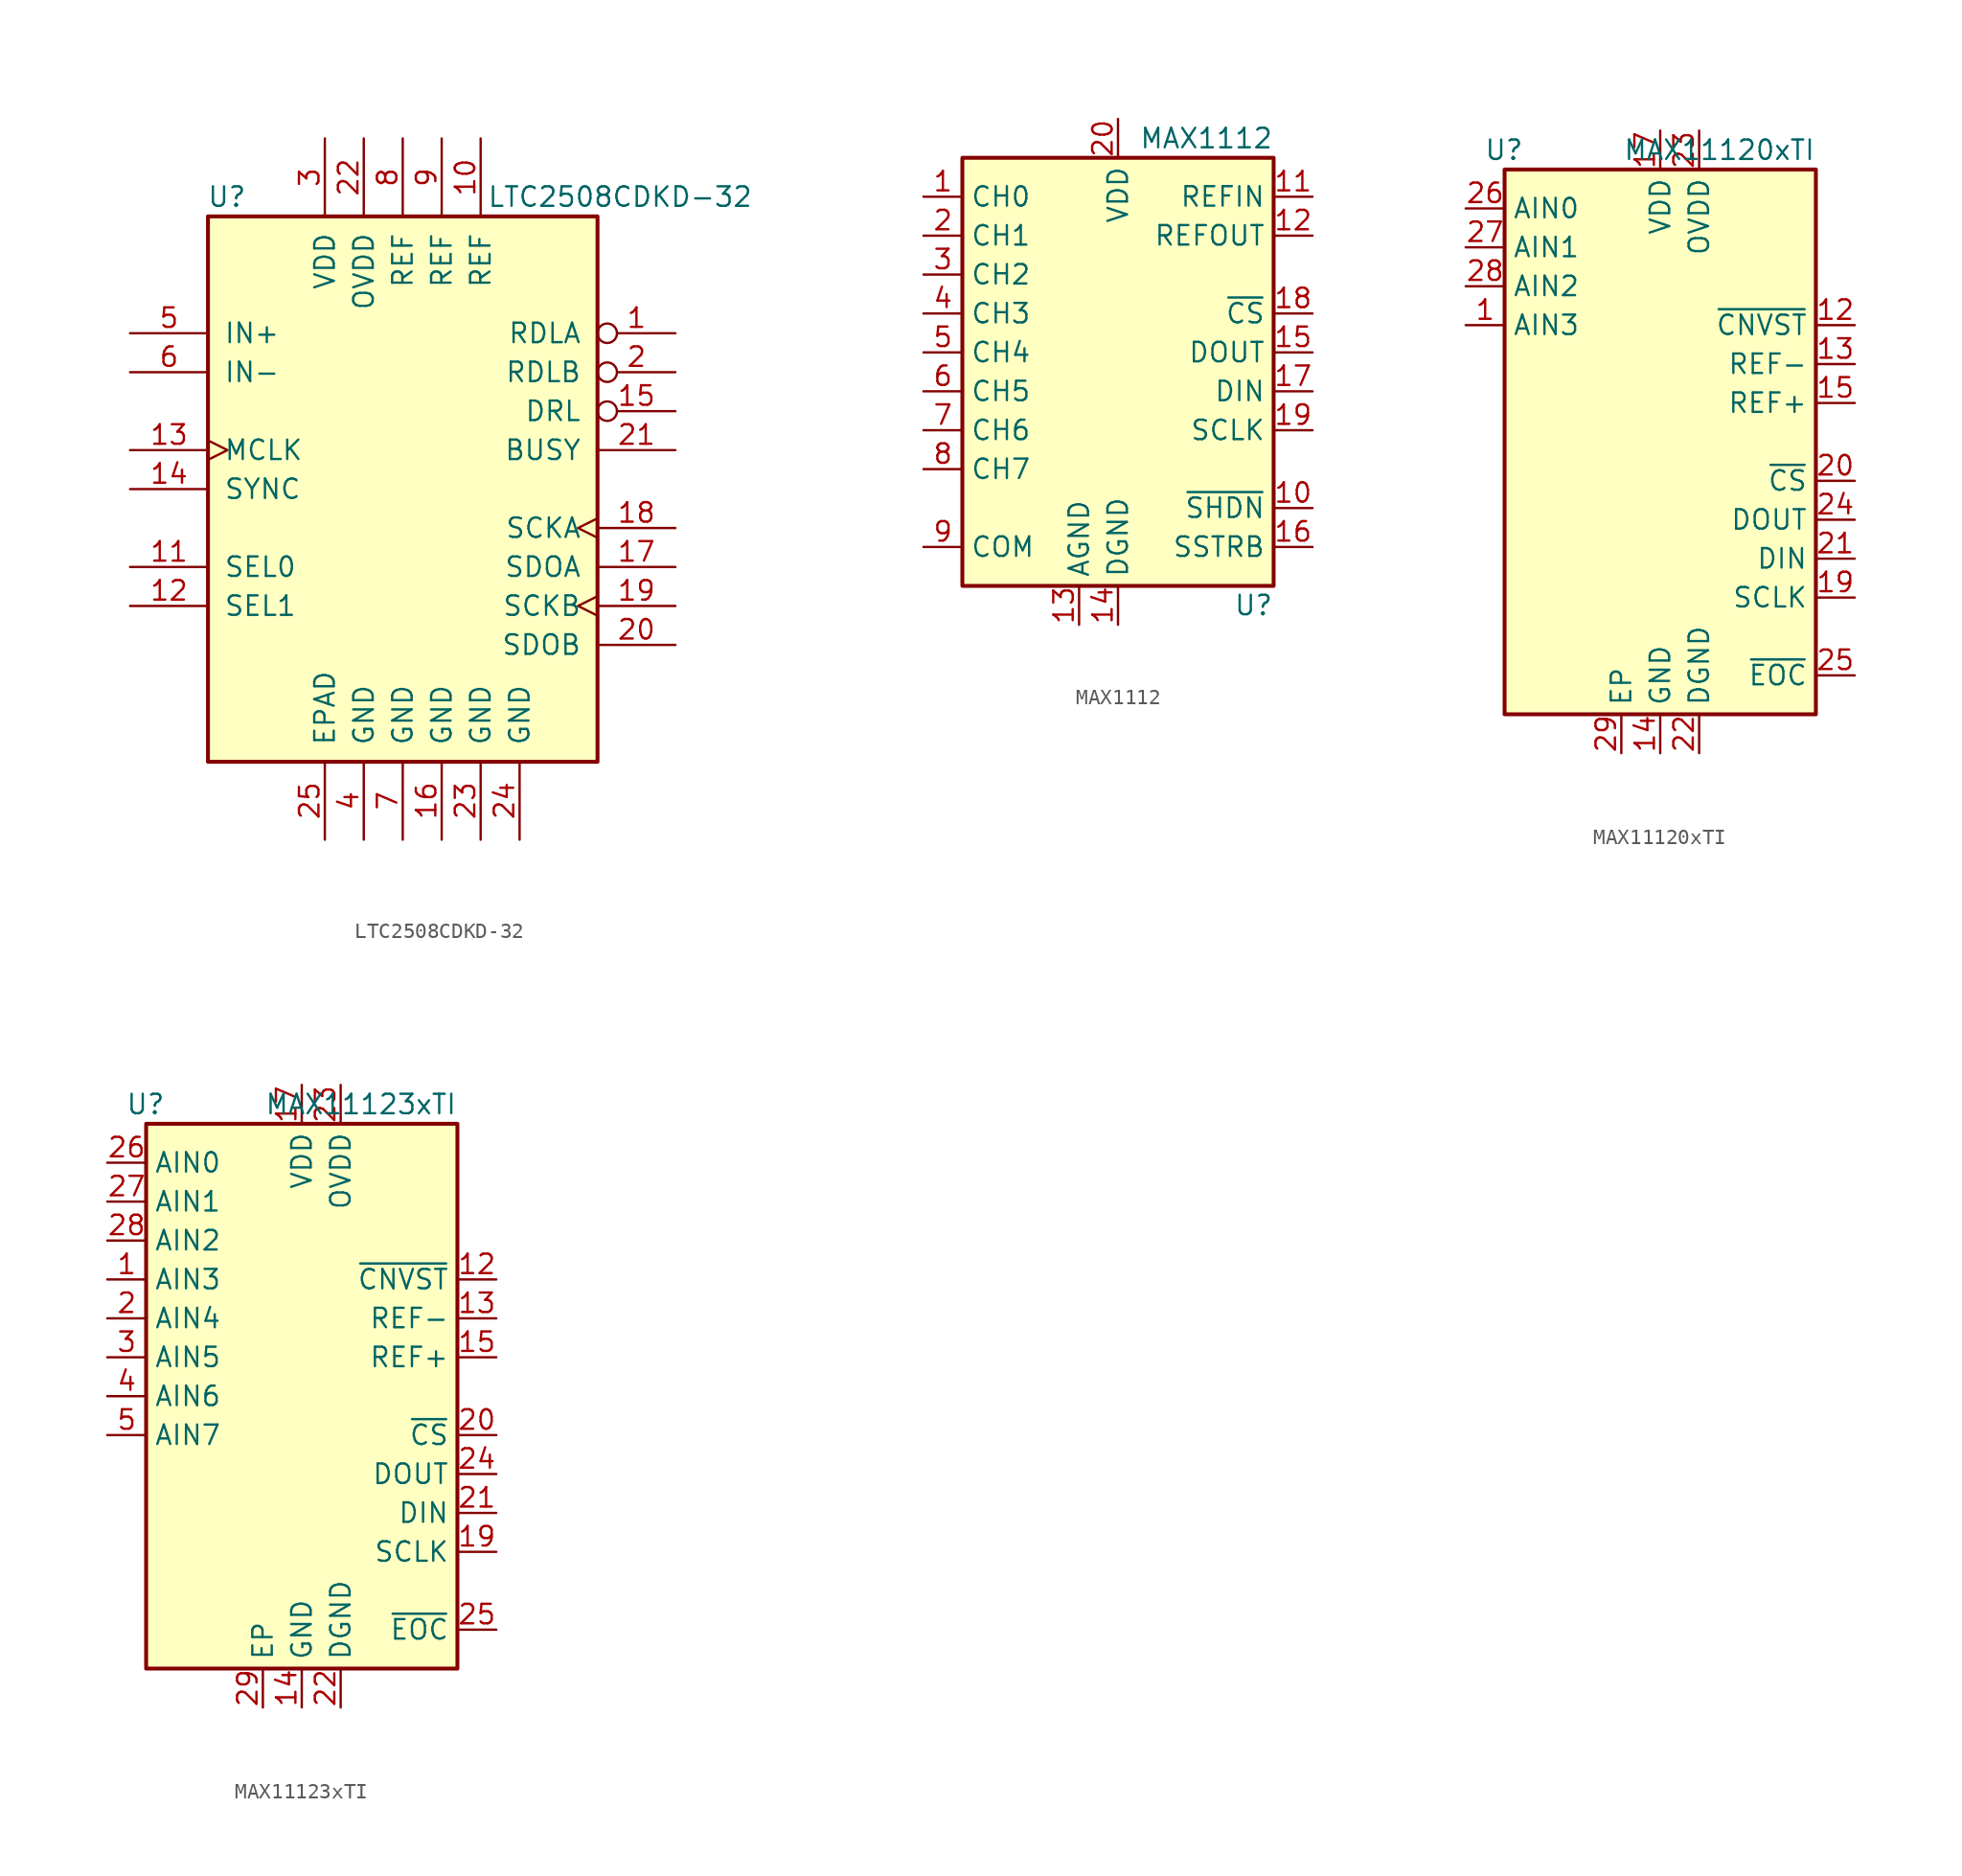
<source format=kicad_sym>
(kicad_symbol_lib
  (version 20220914)
  (generator kicad_symbol_editor)
  (symbol "LTC2508CDKD-32"
    (pin_names
      (offset 1.016))
    (property "Reference" "U"
      (at -10.16 19.05 0)
      (effects (font (size 1.27 1.27)) (justify right)))
    (property "Value" "LTC2508CDKD-32"
      (at 22.86 19.05 0)
      (effects (font (size 1.27 1.27)) (justify right)))
    (symbol "LTC2508CDKD-32_0_1"
      (rectangle (start -12.7 17.78) (end 12.7 -17.78) (stroke (width 0.254) (type default)) (fill (type background))))
    (symbol "LTC2508CDKD-32_1_1"
      (pin input inverted (at 17.78 10.16 180) (length 5.08) (name "RDLA" (effects (font (size 1.27 1.27)))) (number "1" (effects (font (size 1.27 1.27)))))
      (pin passive line (at 5.08 22.86 270) (length 5.08) (name "REF" (effects (font (size 1.27 1.27)))) (number "10" (effects (font (size 1.27 1.27)))))
      (pin input line (at -17.78 -5.08 0) (length 5.08) (name "SEL0" (effects (font (size 1.27 1.27)))) (number "11" (effects (font (size 1.27 1.27)))))
      (pin input line (at -17.78 -7.62 0) (length 5.08) (name "SEL1" (effects (font (size 1.27 1.27)))) (number "12" (effects (font (size 1.27 1.27)))))
      (pin input clock (at -17.78 2.54 0) (length 5.08) (name "MCLK" (effects (font (size 1.27 1.27)))) (number "13" (effects (font (size 1.27 1.27)))))
      (pin input line (at -17.78 0 0) (length 5.08) (name "SYNC" (effects (font (size 1.27 1.27)))) (number "14" (effects (font (size 1.27 1.27)))))
      (pin output inverted (at 17.78 5.08 180) (length 5.08) (name "DRL" (effects (font (size 1.27 1.27)))) (number "15" (effects (font (size 1.27 1.27)))))
      (pin power_in line (at 2.54 -22.86 90) (length 5.08) (name "GND" (effects (font (size 1.27 1.27)))) (number "16" (effects (font (size 1.27 1.27)))))
      (pin tri_state line (at 17.78 -5.08 180) (length 5.08) (name "SDOA" (effects (font (size 1.27 1.27)))) (number "17" (effects (font (size 1.27 1.27)))))
      (pin input clock (at 17.78 -2.54 180) (length 5.08) (name "SCKA" (effects (font (size 1.27 1.27)))) (number "18" (effects (font (size 1.27 1.27)))))
      (pin input clock (at 17.78 -7.62 180) (length 5.08) (name "SCKB" (effects (font (size 1.27 1.27)))) (number "19" (effects (font (size 1.27 1.27)))))
      (pin input inverted (at 17.78 7.62 180) (length 5.08) (name "RDLB" (effects (font (size 1.27 1.27)))) (number "2" (effects (font (size 1.27 1.27)))))
      (pin tri_state line (at 17.78 -10.16 180) (length 5.08) (name "SDOB" (effects (font (size 1.27 1.27)))) (number "20" (effects (font (size 1.27 1.27)))))
      (pin output line (at 17.78 2.54 180) (length 5.08) (name "BUSY" (effects (font (size 1.27 1.27)))) (number "21" (effects (font (size 1.27 1.27)))))
      (pin power_in line (at -2.54 22.86 270) (length 5.08) (name "OVDD" (effects (font (size 1.27 1.27)))) (number "22" (effects (font (size 1.27 1.27)))))
      (pin power_in line (at 5.08 -22.86 90) (length 5.08) (name "GND" (effects (font (size 1.27 1.27)))) (number "23" (effects (font (size 1.27 1.27)))))
      (pin power_in line (at 7.62 -22.86 90) (length 5.08) (name "GND" (effects (font (size 1.27 1.27)))) (number "24" (effects (font (size 1.27 1.27)))))
      (pin power_in line (at -5.08 -22.86 90) (length 5.08) (name "EPAD" (effects (font (size 1.27 1.27)))) (number "25" (effects (font (size 1.27 1.27)))))
      (pin power_in line (at -5.08 22.86 270) (length 5.08) (name "VDD" (effects (font (size 1.27 1.27)))) (number "3" (effects (font (size 1.27 1.27)))))
      (pin power_in line (at -2.54 -22.86 90) (length 5.08) (name "GND" (effects (font (size 1.27 1.27)))) (number "4" (effects (font (size 1.27 1.27)))))
      (pin input line (at -17.78 10.16 0) (length 5.08) (name "IN+" (effects (font (size 1.27 1.27)))) (number "5" (effects (font (size 1.27 1.27)))))
      (pin input line (at -17.78 7.62 0) (length 5.08) (name "IN-" (effects (font (size 1.27 1.27)))) (number "6" (effects (font (size 1.27 1.27)))))
      (pin power_in line (at 0 -22.86 90) (length 5.08) (name "GND" (effects (font (size 1.27 1.27)))) (number "7" (effects (font (size 1.27 1.27)))))
      (pin passive line (at 0 22.86 270) (length 5.08) (name "REF" (effects (font (size 1.27 1.27)))) (number "8" (effects (font (size 1.27 1.27)))))
      (pin passive line (at 2.54 22.86 270) (length 5.08) (name "REF" (effects (font (size 1.27 1.27)))) (number "9" (effects (font (size 1.27 1.27)))))))
  (symbol "MAX1112"
    (property "Reference" "U"
      (at 10.16 -13.97 0)
      (effects (font (size 1.27 1.27)) (justify right)))
    (property "Value" "MAX1112"
      (at 10.16 16.51 0)
      (effects (font (size 1.27 1.27)) (justify right)))
    (symbol "MAX1112_0_1"
      (rectangle (start 10.16 15.24) (end -10.16 -12.7) (stroke (width 0.254) (type default)) (fill (type background))))
    (symbol "MAX1112_1_1"
      (pin input line (at -12.7 12.7 0) (length 2.54) (name "CH0" (effects (font (size 1.27 1.27)))) (number "1" (effects (font (size 1.27 1.27)))))
      (pin input line (at 12.7 -7.62 180) (length 2.54) (name "~{SHDN}" (effects (font (size 1.27 1.27)))) (number "10" (effects (font (size 1.27 1.27)))))
      (pin power_in line (at 12.7 12.7 180) (length 2.54) (name "REFIN" (effects (font (size 1.27 1.27)))) (number "11" (effects (font (size 1.27 1.27)))))
      (pin power_out line (at 12.7 10.16 180) (length 2.54) (name "REFOUT" (effects (font (size 1.27 1.27)))) (number "12" (effects (font (size 1.27 1.27)))))
      (pin power_in line (at -2.54 -15.24 90) (length 2.54) (name "AGND" (effects (font (size 1.27 1.27)))) (number "13" (effects (font (size 1.27 1.27)))))
      (pin power_in line (at 0 -15.24 90) (length 2.54) (name "DGND" (effects (font (size 1.27 1.27)))) (number "14" (effects (font (size 1.27 1.27)))))
      (pin output line (at 12.7 2.54 180) (length 2.54) (name "DOUT" (effects (font (size 1.27 1.27)))) (number "15" (effects (font (size 1.27 1.27)))))
      (pin output line (at 12.7 -10.16 180) (length 2.54) (name "SSTRB" (effects (font (size 1.27 1.27)))) (number "16" (effects (font (size 1.27 1.27)))))
      (pin input line (at 12.7 0 180) (length 2.54) (name "DIN" (effects (font (size 1.27 1.27)))) (number "17" (effects (font (size 1.27 1.27)))))
      (pin input line (at 12.7 5.08 180) (length 2.54) (name "~{CS}" (effects (font (size 1.27 1.27)))) (number "18" (effects (font (size 1.27 1.27)))))
      (pin input line (at 12.7 -2.54 180) (length 2.54) (name "SCLK" (effects (font (size 1.27 1.27)))) (number "19" (effects (font (size 1.27 1.27)))))
      (pin input line (at -12.7 10.16 0) (length 2.54) (name "CH1" (effects (font (size 1.27 1.27)))) (number "2" (effects (font (size 1.27 1.27)))))
      (pin power_in line (at 0 17.78 270) (length 2.54) (name "VDD" (effects (font (size 1.27 1.27)))) (number "20" (effects (font (size 1.27 1.27)))))
      (pin input line (at -12.7 7.62 0) (length 2.54) (name "CH2" (effects (font (size 1.27 1.27)))) (number "3" (effects (font (size 1.27 1.27)))))
      (pin input line (at -12.7 5.08 0) (length 2.54) (name "CH3" (effects (font (size 1.27 1.27)))) (number "4" (effects (font (size 1.27 1.27)))))
      (pin input line (at -12.7 2.54 0) (length 2.54) (name "CH4" (effects (font (size 1.27 1.27)))) (number "5" (effects (font (size 1.27 1.27)))))
      (pin input line (at -12.7 0 0) (length 2.54) (name "CH5" (effects (font (size 1.27 1.27)))) (number "6" (effects (font (size 1.27 1.27)))))
      (pin input line (at -12.7 -2.54 0) (length 2.54) (name "CH6" (effects (font (size 1.27 1.27)))) (number "7" (effects (font (size 1.27 1.27)))))
      (pin input line (at -12.7 -5.08 0) (length 2.54) (name "CH7" (effects (font (size 1.27 1.27)))) (number "8" (effects (font (size 1.27 1.27)))))
      (pin power_in line (at -12.7 -10.16 0) (length 2.54) (name "COM" (effects (font (size 1.27 1.27)))) (number "9" (effects (font (size 1.27 1.27)))))))
  (symbol "MAX11120xTI"
    (property "Reference" "U"
      (at -8.89 19.05 0)
      (effects (font (size 1.27 1.27)) (justify right)))
    (property "Value" "MAX11120xTI"
      (at 10.16 19.05 0)
      (effects (font (size 1.27 1.27)) (justify right)))
    (symbol "MAX11120xTI_0_1"
      (rectangle (start 10.16 17.78) (end -10.16 -17.78) (stroke (width 0.254) (type default)) (fill (type background))))
    (symbol "MAX11120xTI_1_1"
      (pin input line (at -12.7 7.62 0) (length 2.54) (name "AIN3" (effects (font (size 1.27 1.27)))) (number "1" (effects (font (size 1.27 1.27)))))
      (pin passive line (at 0 -20.32 90) (length 2.54) hide (name "GND" (effects (font (size 1.27 1.27)))) (number "10" (effects (font (size 1.27 1.27)))))
      (pin passive line (at 0 -20.32 90) (length 2.54) hide (name "GND" (effects (font (size 1.27 1.27)))) (number "11" (effects (font (size 1.27 1.27)))))
      (pin input line (at 12.7 7.62 180) (length 2.54) (name "~{CNVST}" (effects (font (size 1.27 1.27)))) (number "12" (effects (font (size 1.27 1.27)))))
      (pin input line (at 12.7 5.08 180) (length 2.54) (name "REF-" (effects (font (size 1.27 1.27)))) (number "13" (effects (font (size 1.27 1.27)))))
      (pin power_in line (at 0 -20.32 90) (length 2.54) (name "GND" (effects (font (size 1.27 1.27)))) (number "14" (effects (font (size 1.27 1.27)))))
      (pin input line (at 12.7 2.54 180) (length 2.54) (name "REF+" (effects (font (size 1.27 1.27)))) (number "15" (effects (font (size 1.27 1.27)))))
      (pin passive line (at 0 -20.32 90) (length 2.54) hide (name "GND" (effects (font (size 1.27 1.27)))) (number "16" (effects (font (size 1.27 1.27)))))
      (pin power_in line (at 0 20.32 270) (length 2.54) (name "VDD" (effects (font (size 1.27 1.27)))) (number "17" (effects (font (size 1.27 1.27)))))
      (pin passive line (at 0 20.32 270) (length 2.54) hide (name "VDD" (effects (font (size 1.27 1.27)))) (number "18" (effects (font (size 1.27 1.27)))))
      (pin input line (at 12.7 -10.16 180) (length 2.54) (name "SCLK" (effects (font (size 1.27 1.27)))) (number "19" (effects (font (size 1.27 1.27)))))
      (pin passive line (at 0 -20.32 90) (length 2.54) hide (name "GND" (effects (font (size 1.27 1.27)))) (number "2" (effects (font (size 1.27 1.27)))))
      (pin input line (at 12.7 -2.54 180) (length 2.54) (name "~{CS}" (effects (font (size 1.27 1.27)))) (number "20" (effects (font (size 1.27 1.27)))))
      (pin input line (at 12.7 -7.62 180) (length 2.54) (name "DIN" (effects (font (size 1.27 1.27)))) (number "21" (effects (font (size 1.27 1.27)))))
      (pin power_in line (at 2.54 -20.32 90) (length 2.54) (name "DGND" (effects (font (size 1.27 1.27)))) (number "22" (effects (font (size 1.27 1.27)))))
      (pin power_in line (at 2.54 20.32 270) (length 2.54) (name "OVDD" (effects (font (size 1.27 1.27)))) (number "23" (effects (font (size 1.27 1.27)))))
      (pin output line (at 12.7 -5.08 180) (length 2.54) (name "DOUT" (effects (font (size 1.27 1.27)))) (number "24" (effects (font (size 1.27 1.27)))))
      (pin output line (at 12.7 -15.24 180) (length 2.54) (name "~{EOC}" (effects (font (size 1.27 1.27)))) (number "25" (effects (font (size 1.27 1.27)))))
      (pin input line (at -12.7 15.24 0) (length 2.54) (name "AIN0" (effects (font (size 1.27 1.27)))) (number "26" (effects (font (size 1.27 1.27)))))
      (pin input line (at -12.7 12.7 0) (length 2.54) (name "AIN1" (effects (font (size 1.27 1.27)))) (number "27" (effects (font (size 1.27 1.27)))))
      (pin input line (at -12.7 10.16 0) (length 2.54) (name "AIN2" (effects (font (size 1.27 1.27)))) (number "28" (effects (font (size 1.27 1.27)))))
      (pin power_in line (at -2.54 -20.32 90) (length 2.54) (name "EP" (effects (font (size 1.27 1.27)))) (number "29" (effects (font (size 1.27 1.27)))))
      (pin passive line (at 0 -20.32 90) (length 2.54) hide (name "GND" (effects (font (size 1.27 1.27)))) (number "3" (effects (font (size 1.27 1.27)))))
      (pin passive line (at 0 -20.32 90) (length 2.54) hide (name "GND" (effects (font (size 1.27 1.27)))) (number "4" (effects (font (size 1.27 1.27)))))
      (pin passive line (at 0 -20.32 90) (length 2.54) hide (name "GND" (effects (font (size 1.27 1.27)))) (number "5" (effects (font (size 1.27 1.27)))))
      (pin passive line (at 0 -20.32 90) (length 2.54) hide (name "GND" (effects (font (size 1.27 1.27)))) (number "6" (effects (font (size 1.27 1.27)))))
      (pin passive line (at 0 -20.32 90) (length 2.54) hide (name "GND" (effects (font (size 1.27 1.27)))) (number "7" (effects (font (size 1.27 1.27)))))
      (pin passive line (at 0 -20.32 90) (length 2.54) hide (name "GND" (effects (font (size 1.27 1.27)))) (number "8" (effects (font (size 1.27 1.27)))))
      (pin passive line (at 0 -20.32 90) (length 2.54) hide (name "GND" (effects (font (size 1.27 1.27)))) (number "9" (effects (font (size 1.27 1.27)))))))
  (symbol "MAX11123xTI"
    (property "Reference" "U"
      (at -8.89 19.05 0)
      (effects (font (size 1.27 1.27)) (justify right)))
    (property "Value" "MAX11123xTI"
      (at 10.16 19.05 0)
      (effects (font (size 1.27 1.27)) (justify right)))
    (symbol "MAX11123xTI_0_1"
      (rectangle (start 10.16 17.78) (end -10.16 -17.78) (stroke (width 0.254) (type default)) (fill (type background))))
    (symbol "MAX11123xTI_1_1"
      (pin input line (at -12.7 7.62 0) (length 2.54) (name "AIN3" (effects (font (size 1.27 1.27)))) (number "1" (effects (font (size 1.27 1.27)))))
      (pin passive line (at 0 -20.32 90) (length 2.54) hide (name "GND" (effects (font (size 1.27 1.27)))) (number "10" (effects (font (size 1.27 1.27)))))
      (pin passive line (at 0 -20.32 90) (length 2.54) hide (name "GND" (effects (font (size 1.27 1.27)))) (number "11" (effects (font (size 1.27 1.27)))))
      (pin input line (at 12.7 7.62 180) (length 2.54) (name "~{CNVST}" (effects (font (size 1.27 1.27)))) (number "12" (effects (font (size 1.27 1.27)))))
      (pin input line (at 12.7 5.08 180) (length 2.54) (name "REF-" (effects (font (size 1.27 1.27)))) (number "13" (effects (font (size 1.27 1.27)))))
      (pin power_in line (at 0 -20.32 90) (length 2.54) (name "GND" (effects (font (size 1.27 1.27)))) (number "14" (effects (font (size 1.27 1.27)))))
      (pin input line (at 12.7 2.54 180) (length 2.54) (name "REF+" (effects (font (size 1.27 1.27)))) (number "15" (effects (font (size 1.27 1.27)))))
      (pin passive line (at 0 -20.32 90) (length 2.54) hide (name "GND" (effects (font (size 1.27 1.27)))) (number "16" (effects (font (size 1.27 1.27)))))
      (pin power_in line (at 0 20.32 270) (length 2.54) (name "VDD" (effects (font (size 1.27 1.27)))) (number "17" (effects (font (size 1.27 1.27)))))
      (pin passive line (at 0 20.32 270) (length 2.54) hide (name "VDD" (effects (font (size 1.27 1.27)))) (number "18" (effects (font (size 1.27 1.27)))))
      (pin input line (at 12.7 -10.16 180) (length 2.54) (name "SCLK" (effects (font (size 1.27 1.27)))) (number "19" (effects (font (size 1.27 1.27)))))
      (pin input line (at -12.7 5.08 0) (length 2.54) (name "AIN4" (effects (font (size 1.27 1.27)))) (number "2" (effects (font (size 1.27 1.27)))))
      (pin input line (at 12.7 -2.54 180) (length 2.54) (name "~{CS}" (effects (font (size 1.27 1.27)))) (number "20" (effects (font (size 1.27 1.27)))))
      (pin input line (at 12.7 -7.62 180) (length 2.54) (name "DIN" (effects (font (size 1.27 1.27)))) (number "21" (effects (font (size 1.27 1.27)))))
      (pin power_in line (at 2.54 -20.32 90) (length 2.54) (name "DGND" (effects (font (size 1.27 1.27)))) (number "22" (effects (font (size 1.27 1.27)))))
      (pin power_in line (at 2.54 20.32 270) (length 2.54) (name "OVDD" (effects (font (size 1.27 1.27)))) (number "23" (effects (font (size 1.27 1.27)))))
      (pin output line (at 12.7 -5.08 180) (length 2.54) (name "DOUT" (effects (font (size 1.27 1.27)))) (number "24" (effects (font (size 1.27 1.27)))))
      (pin output line (at 12.7 -15.24 180) (length 2.54) (name "~{EOC}" (effects (font (size 1.27 1.27)))) (number "25" (effects (font (size 1.27 1.27)))))
      (pin input line (at -12.7 15.24 0) (length 2.54) (name "AIN0" (effects (font (size 1.27 1.27)))) (number "26" (effects (font (size 1.27 1.27)))))
      (pin input line (at -12.7 12.7 0) (length 2.54) (name "AIN1" (effects (font (size 1.27 1.27)))) (number "27" (effects (font (size 1.27 1.27)))))
      (pin input line (at -12.7 10.16 0) (length 2.54) (name "AIN2" (effects (font (size 1.27 1.27)))) (number "28" (effects (font (size 1.27 1.27)))))
      (pin power_in line (at -2.54 -20.32 90) (length 2.54) (name "EP" (effects (font (size 1.27 1.27)))) (number "29" (effects (font (size 1.27 1.27)))))
      (pin input line (at -12.7 2.54 0) (length 2.54) (name "AIN5" (effects (font (size 1.27 1.27)))) (number "3" (effects (font (size 1.27 1.27)))))
      (pin input line (at -12.7 0 0) (length 2.54) (name "AIN6" (effects (font (size 1.27 1.27)))) (number "4" (effects (font (size 1.27 1.27)))))
      (pin input line (at -12.7 -2.54 0) (length 2.54) (name "AIN7" (effects (font (size 1.27 1.27)))) (number "5" (effects (font (size 1.27 1.27)))))
      (pin passive line (at 0 -20.32 90) (length 2.54) hide (name "GND" (effects (font (size 1.27 1.27)))) (number "6" (effects (font (size 1.27 1.27)))))
      (pin passive line (at 0 -20.32 90) (length 2.54) hide (name "GND" (effects (font (size 1.27 1.27)))) (number "7" (effects (font (size 1.27 1.27)))))
      (pin passive line (at 0 -20.32 90) (length 2.54) hide (name "GND" (effects (font (size 1.27 1.27)))) (number "8" (effects (font (size 1.27 1.27)))))
      (pin passive line (at 0 -20.32 90) (length 2.54) hide (name "GND" (effects (font (size 1.27 1.27)))) (number "9" (effects (font (size 1.27 1.27))))))))
</source>
